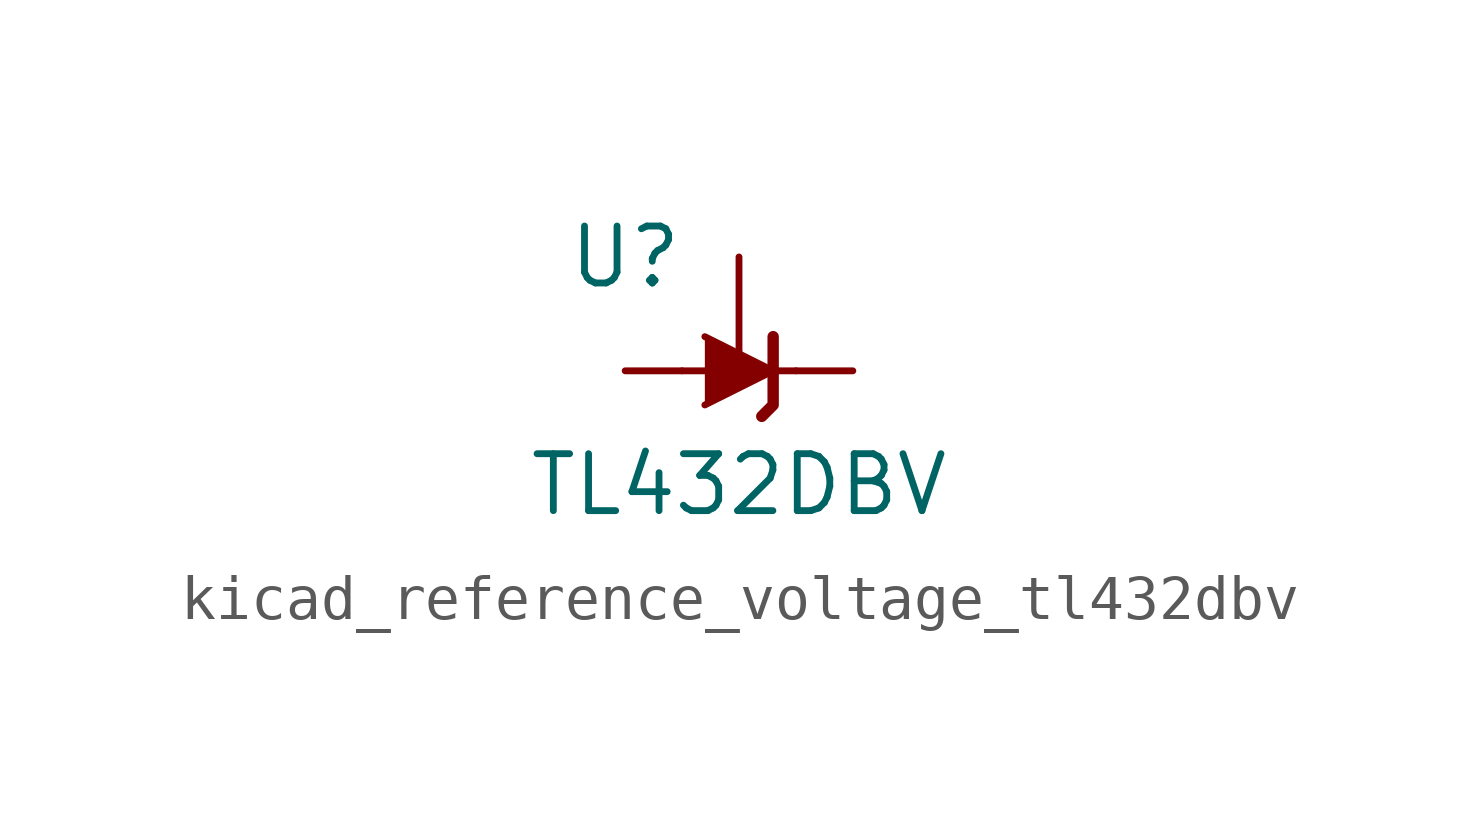
<source format=kicad_sym>
(kicad_symbol_lib
  (version 20220914)
  (generator kicad_symbol_editor)
  (symbol "kicad_reference_voltage_tl432dbv"
    (pin_numbers hide)
    (pin_names hide)
    (property "Reference" "U"
      (at -2.54 2.54 0)
      (effects (font (size 1.27 1.27))))
    (property "Value" "TL432DBV"
      (at 0 -2.54 0)
      (effects (font (size 1.27 1.27))))
    (symbol "kicad_reference_voltage_tl432dbv_0_1"
      (polyline (pts (xy -1.27 0) (xy 0 0) (xy 1.27 0)) (stroke (width 0) (type default)) (fill (type none)))
      (polyline (pts (xy -0.762 0.762) (xy 0.762 0) (xy -0.762 -0.762)) (stroke (width 0) (type default)) (fill (type outline)))
      (polyline (pts (xy 0.508 -1.016) (xy 0.762 -0.762) (xy 0.762 0.762) (xy 0.762 0.762)) (stroke (width 0.254) (type default)) (fill (type none))))
    (symbol "kicad_reference_voltage_tl432dbv_1_1"
      (pin passive line (at -2.54 0 0) (length 1.27) (name "A" (effects (font (size 1.27 1.27)))) (number "2" (effects (font (size 1.27 1.27)))))
      (pin passive line (at 2.54 0 180) (length 1.27) (name "K" (effects (font (size 1.27 1.27)))) (number "4" (effects (font (size 1.27 1.27)))))
      (pin passive line (at 0 2.54 270) (length 2.54) (name "REF" (effects (font (size 1.27 1.27)))) (number "5" (effects (font (size 1.27 1.27))))))))
</source>
